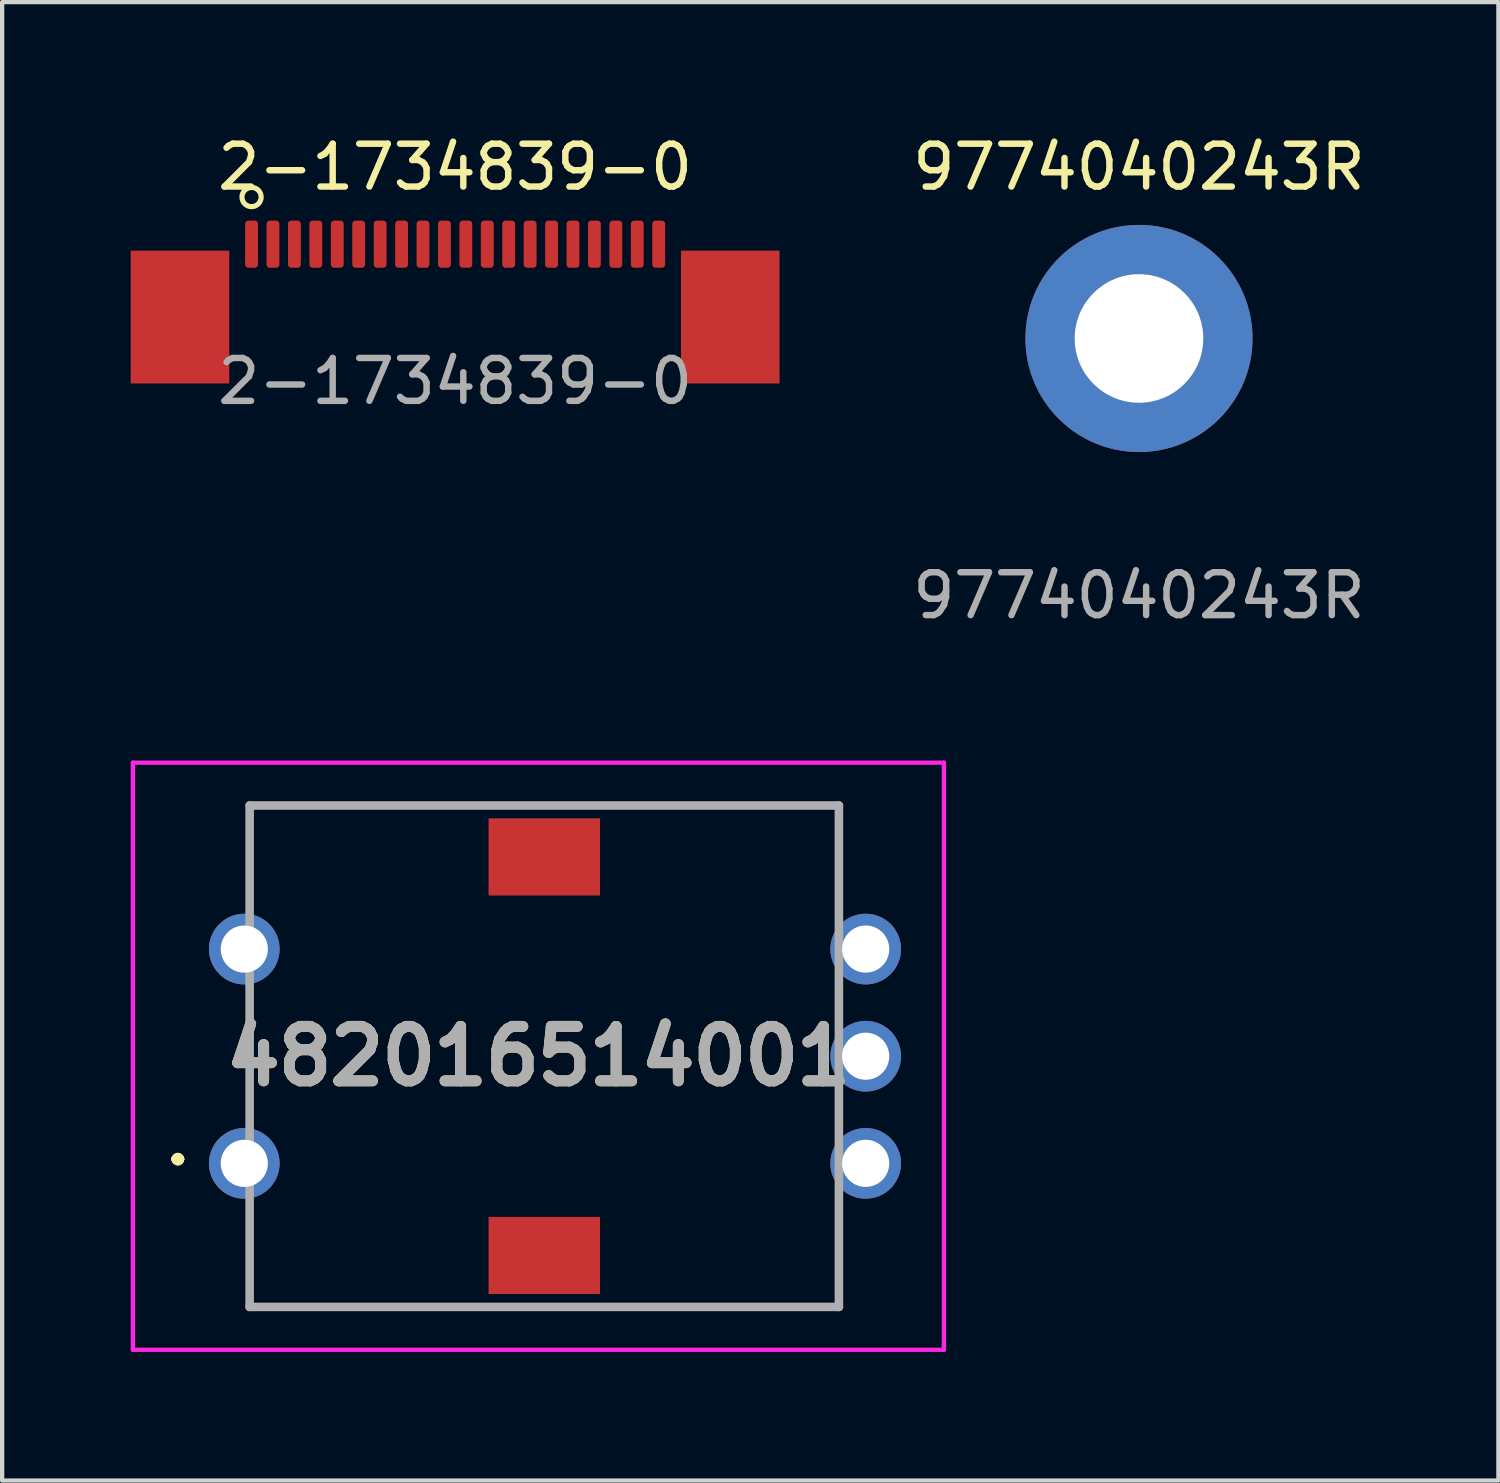
<source format=kicad_pcb>
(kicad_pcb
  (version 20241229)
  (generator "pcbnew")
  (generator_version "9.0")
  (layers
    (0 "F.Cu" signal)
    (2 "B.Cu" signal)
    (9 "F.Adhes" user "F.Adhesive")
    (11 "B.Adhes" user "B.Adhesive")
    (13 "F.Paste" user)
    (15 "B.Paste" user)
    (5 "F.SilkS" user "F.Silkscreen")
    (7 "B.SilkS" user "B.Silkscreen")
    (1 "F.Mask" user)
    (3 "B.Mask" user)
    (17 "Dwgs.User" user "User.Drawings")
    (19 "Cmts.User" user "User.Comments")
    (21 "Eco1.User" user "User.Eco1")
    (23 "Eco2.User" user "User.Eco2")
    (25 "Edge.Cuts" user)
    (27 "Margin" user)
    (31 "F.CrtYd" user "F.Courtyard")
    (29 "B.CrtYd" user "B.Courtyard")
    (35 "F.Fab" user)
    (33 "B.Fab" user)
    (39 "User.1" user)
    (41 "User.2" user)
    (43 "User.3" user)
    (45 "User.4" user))
  (footprint "2-1734839-0"
    (layer "F.Cu")
    (at 7.57 2.648)
    (property "Reference" "2-1734839-0" (at 0 -1.8 0) (unlocked yes) (layer "F.SilkS") (effects (font (size 1 1) (thickness 0.15))))
    (attr smd)
    (fp_circle (center -4.75 -1.1) (end -4.526 -1.1) (stroke (width 0.12) (type solid)) (fill no) (layer "F.SilkS"))
    (fp_text user "${REFERENCE}" (at 0 3.2 0) (unlocked yes) (layer "F.Fab") (effects (font (size 1 1) (thickness 0.15))))
    (pad "1" smd roundrect (at -4.75 0) (size 0.3 1.1) (layers "F.Cu" "F.Mask" "F.Paste") (roundrect_rratio 0.25))
    (pad "2" smd roundrect (at -4.25 0) (size 0.3 1.1) (layers "F.Cu" "F.Mask" "F.Paste") (roundrect_rratio 0.25))
    (pad "3" smd roundrect (at -3.75 0) (size 0.3 1.1) (layers "F.Cu" "F.Mask" "F.Paste") (roundrect_rratio 0.25))
    (pad "4" smd roundrect (at -3.25 0) (size 0.3 1.1) (layers "F.Cu" "F.Mask" "F.Paste") (roundrect_rratio 0.25))
    (pad "5" smd roundrect (at -2.75 0) (size 0.3 1.1) (layers "F.Cu" "F.Mask" "F.Paste") (roundrect_rratio 0.25))
    (pad "6" smd roundrect (at -2.25 0) (size 0.3 1.1) (layers "F.Cu" "F.Mask" "F.Paste") (roundrect_rratio 0.25))
    (pad "7" smd roundrect (at -1.75 0) (size 0.3 1.1) (layers "F.Cu" "F.Mask" "F.Paste") (roundrect_rratio 0.25))
    (pad "8" smd roundrect (at -1.25 0) (size 0.3 1.1) (layers "F.Cu" "F.Mask" "F.Paste") (roundrect_rratio 0.25))
    (pad "9" smd roundrect (at -0.75 0) (size 0.3 1.1) (layers "F.Cu" "F.Mask" "F.Paste") (roundrect_rratio 0.25))
    (pad "10" smd roundrect (at -0.25 0) (size 0.3 1.1) (layers "F.Cu" "F.Mask" "F.Paste") (roundrect_rratio 0.25))
    (pad "11" smd roundrect (at 0.25 0) (size 0.3 1.1) (layers "F.Cu" "F.Mask" "F.Paste") (roundrect_rratio 0.25))
    (pad "12" smd roundrect (at 0.75 0) (size 0.3 1.1) (layers "F.Cu" "F.Mask" "F.Paste") (roundrect_rratio 0.25))
    (pad "13" smd roundrect (at 1.25 0) (size 0.3 1.1) (layers "F.Cu" "F.Mask" "F.Paste") (roundrect_rratio 0.25))
    (pad "14" smd roundrect (at 1.75 0) (size 0.3 1.1) (layers "F.Cu" "F.Mask" "F.Paste") (roundrect_rratio 0.25))
    (pad "15" smd roundrect (at 2.25 0) (size 0.3 1.1) (layers "F.Cu" "F.Mask" "F.Paste") (roundrect_rratio 0.25))
    (pad "16" smd roundrect (at 2.75 0) (size 0.3 1.1) (layers "F.Cu" "F.Mask" "F.Paste") (roundrect_rratio 0.25))
    (pad "17" smd roundrect (at 3.25 0) (size 0.3 1.1) (layers "F.Cu" "F.Mask" "F.Paste") (roundrect_rratio 0.25))
    (pad "18" smd roundrect (at 3.75 0) (size 0.3 1.1) (layers "F.Cu" "F.Mask" "F.Paste") (roundrect_rratio 0.25))
    (pad "19" smd roundrect (at 4.25 0) (size 0.3 1.1) (layers "F.Cu" "F.Mask" "F.Paste") (roundrect_rratio 0.25))
    (pad "20" smd roundrect (at 4.75 0) (size 0.3 1.1) (layers "F.Cu" "F.Mask" "F.Paste") (roundrect_rratio 0.25))
    (pad "M1" smd rect (at -6.42 1.7) (size 2.3 3.1) (layers "F.Cu" "F.Mask" "F.Paste"))
    (pad "M2" smd rect (at 6.42 1.7) (size 2.3 3.1) (layers "F.Cu" "F.Mask" "F.Paste")))
  (footprint "482016514001"
    (layer "F.Cu")
    (at 9.65 21.596)
    (property "Reference" "482016514001" (at -0.138 0 0) (layer "F.SilkS") (effects (font (size 1.27 1.27) (thickness 0.254))))
    (attr through_hole)
    (fp_line (start -8.6 2.4) (end -8.6 2.4) (stroke (width 0.2) (type solid)) (layer "F.SilkS"))
    (fp_line (start -8.6 2.4) (end -8.6 2.4) (stroke (width 0.2) (type solid)) (layer "F.SilkS"))
    (fp_line (start -8.5 2.4) (end -8.5 2.4) (stroke (width 0.2) (type solid)) (layer "F.SilkS"))
    (fp_line (start -6.875 -5.85) (end -6.875 -5.85) (stroke (width 0.1) (type solid)) (layer "F.SilkS"))
    (fp_line (start -6.875 -5.85) (end -6.875 -5.85) (stroke (width 0.1) (type solid)) (layer "F.SilkS"))
    (fp_line (start -6.875 -5.85) (end -6.875 -4) (stroke (width 0.1) (type solid)) (layer "F.SilkS"))
    (fp_line (start -6.875 -5.85) (end 6.875 -5.85) (stroke (width 0.1) (type solid)) (layer "F.SilkS"))
    (fp_line (start -6.875 -4) (end -6.875 -5.85) (stroke (width 0.1) (type solid)) (layer "F.SilkS"))
    (fp_line (start -6.875 -4) (end -6.875 -4) (stroke (width 0.1) (type solid)) (layer "F.SilkS"))
    (fp_line (start -6.875 -1) (end -6.875 -1) (stroke (width 0.1) (type solid)) (layer "F.SilkS"))
    (fp_line (start -6.875 -1) (end -6.875 1) (stroke (width 0.1) (type solid)) (layer "F.SilkS"))
    (fp_line (start -6.875 1) (end -6.875 -1) (stroke (width 0.1) (type solid)) (layer "F.SilkS"))
    (fp_line (start -6.875 1) (end -6.875 1) (stroke (width 0.1) (type solid)) (layer "F.SilkS"))
    (fp_line (start -6.875 4) (end -6.875 4) (stroke (width 0.1) (type solid)) (layer "F.SilkS"))
    (fp_line (start -6.875 4) (end -6.875 5.85) (stroke (width 0.1) (type solid)) (layer "F.SilkS"))
    (fp_line (start -6.875 5.85) (end -6.875 4) (stroke (width 0.1) (type solid)) (layer "F.SilkS"))
    (fp_line (start -6.875 5.85) (end -6.875 5.85) (stroke (width 0.1) (type solid)) (layer "F.SilkS"))
    (fp_line (start -6.875 5.85) (end -6.875 5.85) (stroke (width 0.1) (type solid)) (layer "F.SilkS"))
    (fp_line (start -6.875 5.85) (end 6.875 5.85) (stroke (width 0.1) (type solid)) (layer "F.SilkS"))
    (fp_line (start 6.875 -5.85) (end -6.875 -5.85) (stroke (width 0.1) (type solid)) (layer "F.SilkS"))
    (fp_line (start 6.875 -5.85) (end 6.875 -5.85) (stroke (width 0.1) (type solid)) (layer "F.SilkS"))
    (fp_line (start 6.875 -5.85) (end 6.875 -5.85) (stroke (width 0.1) (type solid)) (layer "F.SilkS"))
    (fp_line (start 6.875 -5.85) (end 6.875 -3.75) (stroke (width 0.1) (type solid)) (layer "F.SilkS"))
    (fp_line (start 6.875 -3.75) (end 6.875 -5.85) (stroke (width 0.1) (type solid)) (layer "F.SilkS"))
    (fp_line (start 6.875 -3.75) (end 6.875 -3.75) (stroke (width 0.1) (type solid)) (layer "F.SilkS"))
    (fp_line (start 6.875 3.75) (end 6.875 3.75) (stroke (width 0.1) (type solid)) (layer "F.SilkS"))
    (fp_line (start 6.875 3.75) (end 6.875 5.85) (stroke (width 0.1) (type solid)) (layer "F.SilkS"))
    (fp_line (start 6.875 5.85) (end -6.875 5.85) (stroke (width 0.1) (type solid)) (layer "F.SilkS"))
    (fp_line (start 6.875 5.85) (end 6.875 3.75) (stroke (width 0.1) (type solid)) (layer "F.SilkS"))
    (fp_line (start 6.875 5.85) (end 6.875 5.85) (stroke (width 0.1) (type solid)) (layer "F.SilkS"))
    (fp_line (start 6.875 5.85) (end 6.875 5.85) (stroke (width 0.1) (type solid)) (layer "F.SilkS"))
    (fp_arc (start -8.6 2.4) (mid -8.55 2.35) (end -8.5 2.4) (stroke (width 0.2) (type solid)) (layer "F.SilkS"))
    (fp_arc (start -8.5 2.4) (mid -8.55 2.45) (end -8.6 2.4) (stroke (width 0.2) (type solid)) (layer "F.SilkS"))
    (fp_arc (start -8.5 2.4) (mid -8.55 2.45) (end -8.6 2.4) (stroke (width 0.2) (type solid)) (layer "F.SilkS"))
    (fp_line (start -9.6 -6.85) (end 9.325 -6.85) (stroke (width 0.1) (type solid)) (layer "F.CrtYd"))
    (fp_line (start -9.6 6.85) (end -9.6 -6.85) (stroke (width 0.1) (type solid)) (layer "F.CrtYd"))
    (fp_line (start 9.325 -6.85) (end 9.325 6.85) (stroke (width 0.1) (type solid)) (layer "F.CrtYd"))
    (fp_line (start 9.325 6.85) (end -9.6 6.85) (stroke (width 0.1) (type solid)) (layer "F.CrtYd"))
    (fp_line (start -6.875 -5.85) (end -6.875 5.85) (stroke (width 0.2) (type solid)) (layer "F.Fab"))
    (fp_line (start -6.875 5.85) (end 6.875 5.85) (stroke (width 0.2) (type solid)) (layer "F.Fab"))
    (fp_line (start 6.875 -5.85) (end -6.875 -5.85) (stroke (width 0.2) (type solid)) (layer "F.Fab"))
    (fp_line (start 6.875 5.85) (end 6.875 -5.85) (stroke (width 0.2) (type solid)) (layer "F.Fab"))
    (fp_text user "${REFERENCE}" (at -0.138 0 0) (layer "F.Fab") (effects (font (size 1.27 1.27) (thickness 0.254))))
    (pad "A" thru_hole circle (at 7.5 2.5) (size 1.65 1.65) (drill 1.1) (layers "*.Cu" "*.Mask"))
    (pad "B" thru_hole circle (at 7.5 -2.5) (size 1.65 1.65) (drill 1.1) (layers "*.Cu" "*.Mask"))
    (pad "C" thru_hole circle (at 7.5 0) (size 1.65 1.65) (drill 1.1) (layers "*.Cu" "*.Mask"))
    (pad "MP1" smd rect (at 0 4.65 90) (size 1.8 2.6) (layers "F.Cu" "F.Mask" "F.Paste"))
    (pad "MP2" smd rect (at 0 -4.65 90) (size 1.8 2.6) (layers "F.Cu" "F.Mask" "F.Paste"))
    (pad "S1" thru_hole circle (at -7 2.5) (size 1.65 1.65) (drill 1.1) (layers "*.Cu" "*.Mask"))
    (pad "S2" thru_hole circle (at -7 -2.5) (size 1.65 1.65) (drill 1.1) (layers "*.Cu" "*.Mask")))
  (footprint "9774040243R"
    (layer "F.Cu")
    (at 23.527 4.848)
    (property "Reference" "9774040243R" (at 0 -4 0) (unlocked yes) (layer "F.SilkS") (effects (font (size 1 1) (thickness 0.15))))
    (attr smd)
    (fp_text user "${REFERENCE}" (at 0 6 0) (unlocked yes) (layer "F.Fab") (effects (font (size 1 1) (thickness 0.15))))
    (pad "" np_thru_hole circle (at 0 0) (size 5.3 5.3) (drill 3) (layers "*.Cu" "*.Mask")))
  (gr_rect
    (start -3 -3)
    (end 31.914 31.497)
    (stroke (width 0.1) (type default))
    (fill no)
    (layer "Edge.Cuts")))
</source>
